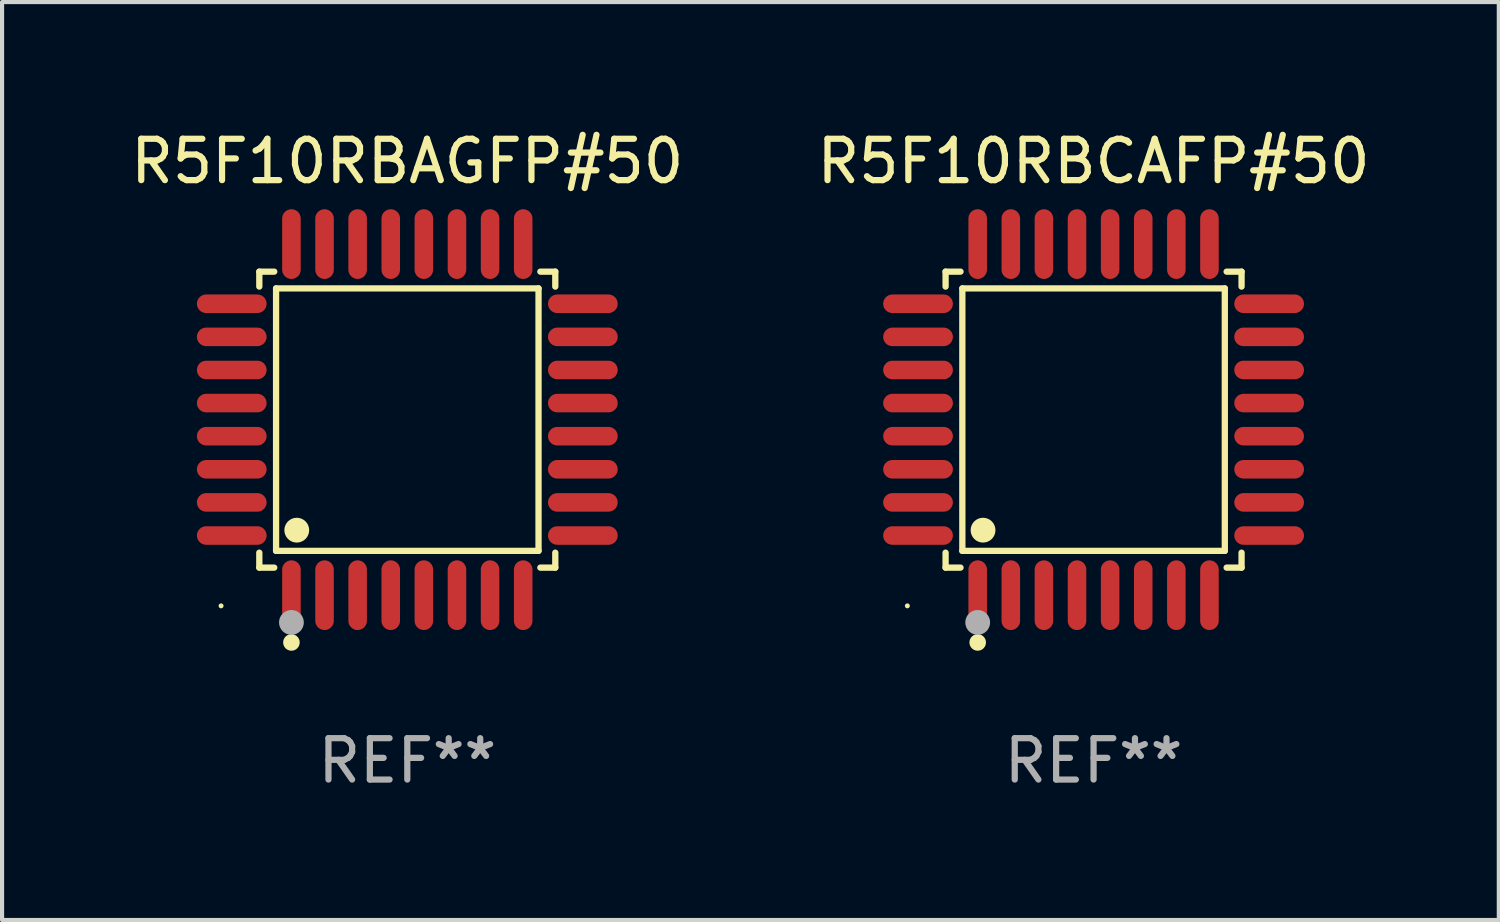
<source format=kicad_pcb>
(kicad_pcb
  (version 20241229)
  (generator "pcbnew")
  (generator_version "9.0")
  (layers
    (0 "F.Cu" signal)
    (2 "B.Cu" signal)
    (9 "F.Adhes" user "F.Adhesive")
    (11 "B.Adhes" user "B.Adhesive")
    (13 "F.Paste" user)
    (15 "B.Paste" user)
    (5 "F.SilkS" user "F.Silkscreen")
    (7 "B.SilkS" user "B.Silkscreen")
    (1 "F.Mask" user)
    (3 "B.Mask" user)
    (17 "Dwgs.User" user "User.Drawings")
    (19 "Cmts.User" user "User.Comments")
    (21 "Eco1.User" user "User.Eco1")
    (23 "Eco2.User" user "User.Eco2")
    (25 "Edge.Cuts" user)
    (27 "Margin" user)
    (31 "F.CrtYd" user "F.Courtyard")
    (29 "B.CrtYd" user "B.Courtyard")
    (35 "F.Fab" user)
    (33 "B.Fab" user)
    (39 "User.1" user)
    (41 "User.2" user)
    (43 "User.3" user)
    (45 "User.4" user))
  (footprint "R5F10RBCAFP#50"
    (layer "F.Cu")
    (at 23.375 7.09)
    (property "Reference" "R5F10RBCAFP#50" (at 0 -6.242 0) (layer "F.SilkS") (effects (font (size 1 1) (thickness 0.15))))
    (attr through_hole)
    (fp_line (start -3.576 -3.576) (end -3.215 -3.576) (stroke (width 0.152) (type solid)) (layer "F.SilkS"))
    (fp_line (start -3.576 -3.215) (end -3.576 -3.576) (stroke (width 0.152) (type solid)) (layer "F.SilkS"))
    (fp_line (start -3.576 3.215) (end -3.576 3.576) (stroke (width 0.152) (type solid)) (layer "F.SilkS"))
    (fp_line (start -3.576 3.576) (end -3.215 3.576) (stroke (width 0.152) (type solid)) (layer "F.SilkS"))
    (fp_line (start -3.171 -3.171) (end 3.171 -3.171) (stroke (width 0.152) (type solid)) (layer "F.SilkS"))
    (fp_line (start -3.171 3.171) (end -3.171 -3.171) (stroke (width 0.152) (type solid)) (layer "F.SilkS"))
    (fp_line (start 3.171 -3.171) (end 3.171 3.171) (stroke (width 0.152) (type solid)) (layer "F.SilkS"))
    (fp_line (start 3.171 3.171) (end -3.171 3.171) (stroke (width 0.152) (type solid)) (layer "F.SilkS"))
    (fp_line (start 3.576 -3.576) (end 3.215 -3.576) (stroke (width 0.152) (type solid)) (layer "F.SilkS"))
    (fp_line (start 3.576 -3.215) (end 3.576 -3.576) (stroke (width 0.152) (type solid)) (layer "F.SilkS"))
    (fp_line (start 3.576 3.215) (end 3.576 3.576) (stroke (width 0.152) (type solid)) (layer "F.SilkS"))
    (fp_line (start 3.576 3.576) (end 3.215 3.576) (stroke (width 0.152) (type solid)) (layer "F.SilkS"))
    (fp_circle (center -4.5 4.5) (end -4.47 4.5) (stroke (width 0.06) (type solid)) (fill no) (layer "F.SilkS"))
    (fp_circle (center -2.8 5.384) (end -2.7 5.384) (stroke (width 0.2) (type solid)) (fill no) (layer "F.SilkS"))
    (fp_circle (center -2.671 2.671) (end -2.521 2.671) (stroke (width 0.3) (type solid)) (fill no) (layer "F.SilkS"))
    (fp_circle (center -2.8 4.9) (end -2.65 4.9) (stroke (width 0.3) (type solid)) (fill no) (layer "F.Fab"))
    (fp_text user "REF**" (at 0 8.242 0) (layer "F.Fab") (effects (font (size 1 1) (thickness 0.15))))
    (pad "1" smd oval (at -2.8 4.242) (size 0.448 1.684) (layers "F.Cu" "F.Mask" "F.Paste"))
    (pad "2" smd oval (at -2 4.242) (size 0.448 1.684) (layers "F.Cu" "F.Mask" "F.Paste"))
    (pad "3" smd oval (at -1.2 4.242) (size 0.448 1.684) (layers "F.Cu" "F.Mask" "F.Paste"))
    (pad "4" smd oval (at -0.4 4.242) (size 0.448 1.684) (layers "F.Cu" "F.Mask" "F.Paste"))
    (pad "5" smd oval (at 0.4 4.242) (size 0.448 1.684) (layers "F.Cu" "F.Mask" "F.Paste"))
    (pad "6" smd oval (at 1.2 4.242) (size 0.448 1.684) (layers "F.Cu" "F.Mask" "F.Paste"))
    (pad "7" smd oval (at 2 4.242) (size 0.448 1.684) (layers "F.Cu" "F.Mask" "F.Paste"))
    (pad "8" smd oval (at 2.8 4.242) (size 0.448 1.684) (layers "F.Cu" "F.Mask" "F.Paste"))
    (pad "9" smd oval (at 4.242 2.8) (size 1.684 0.448) (layers "F.Cu" "F.Mask" "F.Paste"))
    (pad "10" smd oval (at 4.242 2) (size 1.684 0.448) (layers "F.Cu" "F.Mask" "F.Paste"))
    (pad "11" smd oval (at 4.242 1.2) (size 1.684 0.448) (layers "F.Cu" "F.Mask" "F.Paste"))
    (pad "12" smd oval (at 4.242 0.4) (size 1.684 0.448) (layers "F.Cu" "F.Mask" "F.Paste"))
    (pad "13" smd oval (at 4.242 -0.4) (size 1.684 0.448) (layers "F.Cu" "F.Mask" "F.Paste"))
    (pad "14" smd oval (at 4.242 -1.2) (size 1.684 0.448) (layers "F.Cu" "F.Mask" "F.Paste"))
    (pad "15" smd oval (at 4.242 -2) (size 1.684 0.448) (layers "F.Cu" "F.Mask" "F.Paste"))
    (pad "16" smd oval (at 4.242 -2.8) (size 1.684 0.448) (layers "F.Cu" "F.Mask" "F.Paste"))
    (pad "17" smd oval (at 2.8 -4.242) (size 0.448 1.684) (layers "F.Cu" "F.Mask" "F.Paste"))
    (pad "18" smd oval (at 2 -4.242) (size 0.448 1.684) (layers "F.Cu" "F.Mask" "F.Paste"))
    (pad "19" smd oval (at 1.2 -4.242) (size 0.448 1.684) (layers "F.Cu" "F.Mask" "F.Paste"))
    (pad "20" smd oval (at 0.4 -4.242) (size 0.448 1.684) (layers "F.Cu" "F.Mask" "F.Paste"))
    (pad "21" smd oval (at -0.4 -4.242) (size 0.448 1.684) (layers "F.Cu" "F.Mask" "F.Paste"))
    (pad "22" smd oval (at -1.2 -4.242) (size 0.448 1.684) (layers "F.Cu" "F.Mask" "F.Paste"))
    (pad "23" smd oval (at -2 -4.242) (size 0.448 1.684) (layers "F.Cu" "F.Mask" "F.Paste"))
    (pad "24" smd oval (at -2.8 -4.242) (size 0.448 1.684) (layers "F.Cu" "F.Mask" "F.Paste"))
    (pad "25" smd oval (at -4.242 -2.8) (size 1.684 0.448) (layers "F.Cu" "F.Mask" "F.Paste"))
    (pad "26" smd oval (at -4.242 -2) (size 1.684 0.448) (layers "F.Cu" "F.Mask" "F.Paste"))
    (pad "27" smd oval (at -4.242 -1.2) (size 1.684 0.448) (layers "F.Cu" "F.Mask" "F.Paste"))
    (pad "28" smd oval (at -4.242 -0.4) (size 1.684 0.448) (layers "F.Cu" "F.Mask" "F.Paste"))
    (pad "29" smd oval (at -4.242 0.4) (size 1.684 0.448) (layers "F.Cu" "F.Mask" "F.Paste"))
    (pad "30" smd oval (at -4.242 1.2) (size 1.684 0.448) (layers "F.Cu" "F.Mask" "F.Paste"))
    (pad "31" smd oval (at -4.242 2) (size 1.684 0.448) (layers "F.Cu" "F.Mask" "F.Paste"))
    (pad "32" smd oval (at -4.242 2.8) (size 1.684 0.448) (layers "F.Cu" "F.Mask" "F.Paste")))
  (footprint "R5F10RBAGFP#50"
    (layer "F.Cu")
    (at 6.792 7.09)
    (property "Reference" "R5F10RBAGFP#50" (at 0 -6.242 0) (layer "F.SilkS") (effects (font (size 1 1) (thickness 0.15))))
    (attr through_hole)
    (fp_line (start -3.576 -3.576) (end -3.215 -3.576) (stroke (width 0.152) (type solid)) (layer "F.SilkS"))
    (fp_line (start -3.576 -3.215) (end -3.576 -3.576) (stroke (width 0.152) (type solid)) (layer "F.SilkS"))
    (fp_line (start -3.576 3.215) (end -3.576 3.576) (stroke (width 0.152) (type solid)) (layer "F.SilkS"))
    (fp_line (start -3.576 3.576) (end -3.215 3.576) (stroke (width 0.152) (type solid)) (layer "F.SilkS"))
    (fp_line (start -3.171 -3.171) (end 3.171 -3.171) (stroke (width 0.152) (type solid)) (layer "F.SilkS"))
    (fp_line (start -3.171 3.171) (end -3.171 -3.171) (stroke (width 0.152) (type solid)) (layer "F.SilkS"))
    (fp_line (start 3.171 -3.171) (end 3.171 3.171) (stroke (width 0.152) (type solid)) (layer "F.SilkS"))
    (fp_line (start 3.171 3.171) (end -3.171 3.171) (stroke (width 0.152) (type solid)) (layer "F.SilkS"))
    (fp_line (start 3.576 -3.576) (end 3.215 -3.576) (stroke (width 0.152) (type solid)) (layer "F.SilkS"))
    (fp_line (start 3.576 -3.215) (end 3.576 -3.576) (stroke (width 0.152) (type solid)) (layer "F.SilkS"))
    (fp_line (start 3.576 3.215) (end 3.576 3.576) (stroke (width 0.152) (type solid)) (layer "F.SilkS"))
    (fp_line (start 3.576 3.576) (end 3.215 3.576) (stroke (width 0.152) (type solid)) (layer "F.SilkS"))
    (fp_circle (center -4.5 4.5) (end -4.47 4.5) (stroke (width 0.06) (type solid)) (fill no) (layer "F.SilkS"))
    (fp_circle (center -2.8 5.384) (end -2.7 5.384) (stroke (width 0.2) (type solid)) (fill no) (layer "F.SilkS"))
    (fp_circle (center -2.671 2.671) (end -2.521 2.671) (stroke (width 0.3) (type solid)) (fill no) (layer "F.SilkS"))
    (fp_circle (center -2.8 4.9) (end -2.65 4.9) (stroke (width 0.3) (type solid)) (fill no) (layer "F.Fab"))
    (fp_text user "REF**" (at 0 8.242 0) (layer "F.Fab") (effects (font (size 1 1) (thickness 0.15))))
    (pad "1" smd oval (at -2.8 4.242) (size 0.448 1.684) (layers "F.Cu" "F.Mask" "F.Paste"))
    (pad "2" smd oval (at -2 4.242) (size 0.448 1.684) (layers "F.Cu" "F.Mask" "F.Paste"))
    (pad "3" smd oval (at -1.2 4.242) (size 0.448 1.684) (layers "F.Cu" "F.Mask" "F.Paste"))
    (pad "4" smd oval (at -0.4 4.242) (size 0.448 1.684) (layers "F.Cu" "F.Mask" "F.Paste"))
    (pad "5" smd oval (at 0.4 4.242) (size 0.448 1.684) (layers "F.Cu" "F.Mask" "F.Paste"))
    (pad "6" smd oval (at 1.2 4.242) (size 0.448 1.684) (layers "F.Cu" "F.Mask" "F.Paste"))
    (pad "7" smd oval (at 2 4.242) (size 0.448 1.684) (layers "F.Cu" "F.Mask" "F.Paste"))
    (pad "8" smd oval (at 2.8 4.242) (size 0.448 1.684) (layers "F.Cu" "F.Mask" "F.Paste"))
    (pad "9" smd oval (at 4.242 2.8) (size 1.684 0.448) (layers "F.Cu" "F.Mask" "F.Paste"))
    (pad "10" smd oval (at 4.242 2) (size 1.684 0.448) (layers "F.Cu" "F.Mask" "F.Paste"))
    (pad "11" smd oval (at 4.242 1.2) (size 1.684 0.448) (layers "F.Cu" "F.Mask" "F.Paste"))
    (pad "12" smd oval (at 4.242 0.4) (size 1.684 0.448) (layers "F.Cu" "F.Mask" "F.Paste"))
    (pad "13" smd oval (at 4.242 -0.4) (size 1.684 0.448) (layers "F.Cu" "F.Mask" "F.Paste"))
    (pad "14" smd oval (at 4.242 -1.2) (size 1.684 0.448) (layers "F.Cu" "F.Mask" "F.Paste"))
    (pad "15" smd oval (at 4.242 -2) (size 1.684 0.448) (layers "F.Cu" "F.Mask" "F.Paste"))
    (pad "16" smd oval (at 4.242 -2.8) (size 1.684 0.448) (layers "F.Cu" "F.Mask" "F.Paste"))
    (pad "17" smd oval (at 2.8 -4.242) (size 0.448 1.684) (layers "F.Cu" "F.Mask" "F.Paste"))
    (pad "18" smd oval (at 2 -4.242) (size 0.448 1.684) (layers "F.Cu" "F.Mask" "F.Paste"))
    (pad "19" smd oval (at 1.2 -4.242) (size 0.448 1.684) (layers "F.Cu" "F.Mask" "F.Paste"))
    (pad "20" smd oval (at 0.4 -4.242) (size 0.448 1.684) (layers "F.Cu" "F.Mask" "F.Paste"))
    (pad "21" smd oval (at -0.4 -4.242) (size 0.448 1.684) (layers "F.Cu" "F.Mask" "F.Paste"))
    (pad "22" smd oval (at -1.2 -4.242) (size 0.448 1.684) (layers "F.Cu" "F.Mask" "F.Paste"))
    (pad "23" smd oval (at -2 -4.242) (size 0.448 1.684) (layers "F.Cu" "F.Mask" "F.Paste"))
    (pad "24" smd oval (at -2.8 -4.242) (size 0.448 1.684) (layers "F.Cu" "F.Mask" "F.Paste"))
    (pad "25" smd oval (at -4.242 -2.8) (size 1.684 0.448) (layers "F.Cu" "F.Mask" "F.Paste"))
    (pad "26" smd oval (at -4.242 -2) (size 1.684 0.448) (layers "F.Cu" "F.Mask" "F.Paste"))
    (pad "27" smd oval (at -4.242 -1.2) (size 1.684 0.448) (layers "F.Cu" "F.Mask" "F.Paste"))
    (pad "28" smd oval (at -4.242 -0.4) (size 1.684 0.448) (layers "F.Cu" "F.Mask" "F.Paste"))
    (pad "29" smd oval (at -4.242 0.4) (size 1.684 0.448) (layers "F.Cu" "F.Mask" "F.Paste"))
    (pad "30" smd oval (at -4.242 1.2) (size 1.684 0.448) (layers "F.Cu" "F.Mask" "F.Paste"))
    (pad "31" smd oval (at -4.242 2) (size 1.684 0.448) (layers "F.Cu" "F.Mask" "F.Paste"))
    (pad "32" smd oval (at -4.242 2.8) (size 1.684 0.448) (layers "F.Cu" "F.Mask" "F.Paste")))
  (gr_rect
    (start -3 -3)
    (end 33.167 19.181)
    (stroke (width 0.1) (type default))
    (fill no)
    (layer "Edge.Cuts")))
</source>
